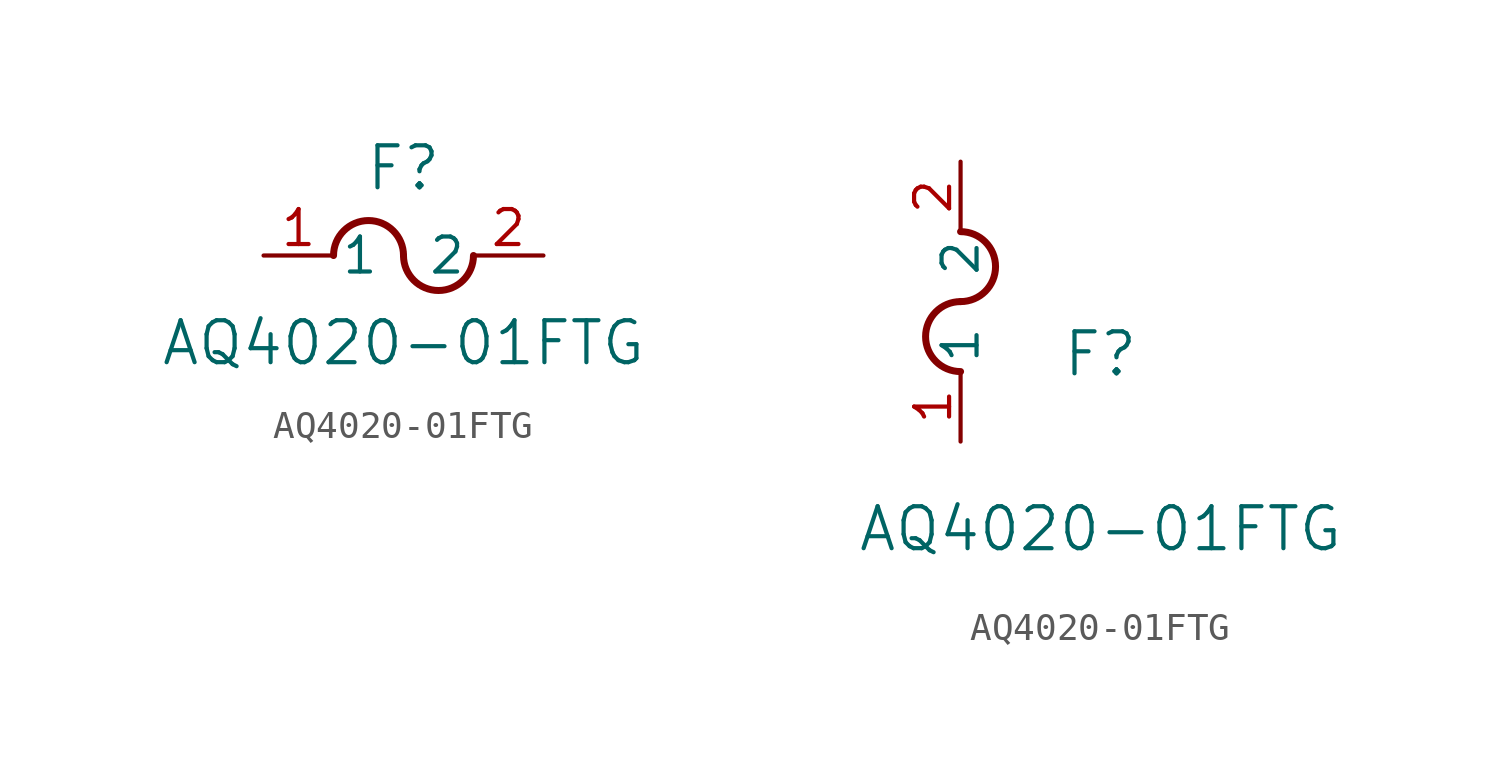
<source format=kicad_sym>
(kicad_symbol_lib
  (version 20211014)
  (generator kicad_symbol_editor)
  (symbol "AQ4020-01FTG"
    (pin_names
      (offset 0.254))
    (property "Reference" "F"
      (at 5.08 3.175 0)
      (effects (font (size 1.524 1.524))))
    (property "Value" "AQ4020-01FTG"
      (at 5.08 -3.175 0)
      (effects (font (size 1.524 1.524))))
    (symbol "AQ4020-01FTG_1_1"
      (arc (start 5.08 0) (mid 3.81 1.27) (end 2.54 0) (stroke (width 0.254) (type default) (color 0 0 0 0)) (fill (type none)))
      (arc (start 5.08 0) (mid 6.35 -1.27) (end 7.62 0) (stroke (width 0.254) (type default) (color 0 0 0 0)) (fill (type none)))
      (pin unspecified line (at 0 0 0) (length 2.54) (name "1" (effects (font (size 1.27 1.27)))) (number "1" (effects (font (size 1.27 1.27)))))
      (pin unspecified line (at 10.16 0 180) (length 2.54) (name "2" (effects (font (size 1.27 1.27)))) (number "2" (effects (font (size 1.27 1.27))))))
    (symbol "AQ4020-01FTG_1_2"
      (arc (start 0 5.08) (mid -1.27 3.81) (end 0 2.54) (stroke (width 0.254) (type default) (color 0 0 0 0)) (fill (type none)))
      (arc (start 0 5.08) (mid 1.27 6.35) (end 0 7.62) (stroke (width 0.254) (type default) (color 0 0 0 0)) (fill (type none)))
      (pin unspecified line (at 0 0 90) (length 2.54) (name "1" (effects (font (size 1.27 1.27)))) (number "1" (effects (font (size 1.27 1.27)))))
      (pin unspecified line (at 0 10.16 270) (length 2.54) (name "2" (effects (font (size 1.27 1.27)))) (number "2" (effects (font (size 1.27 1.27))))))))
</source>
